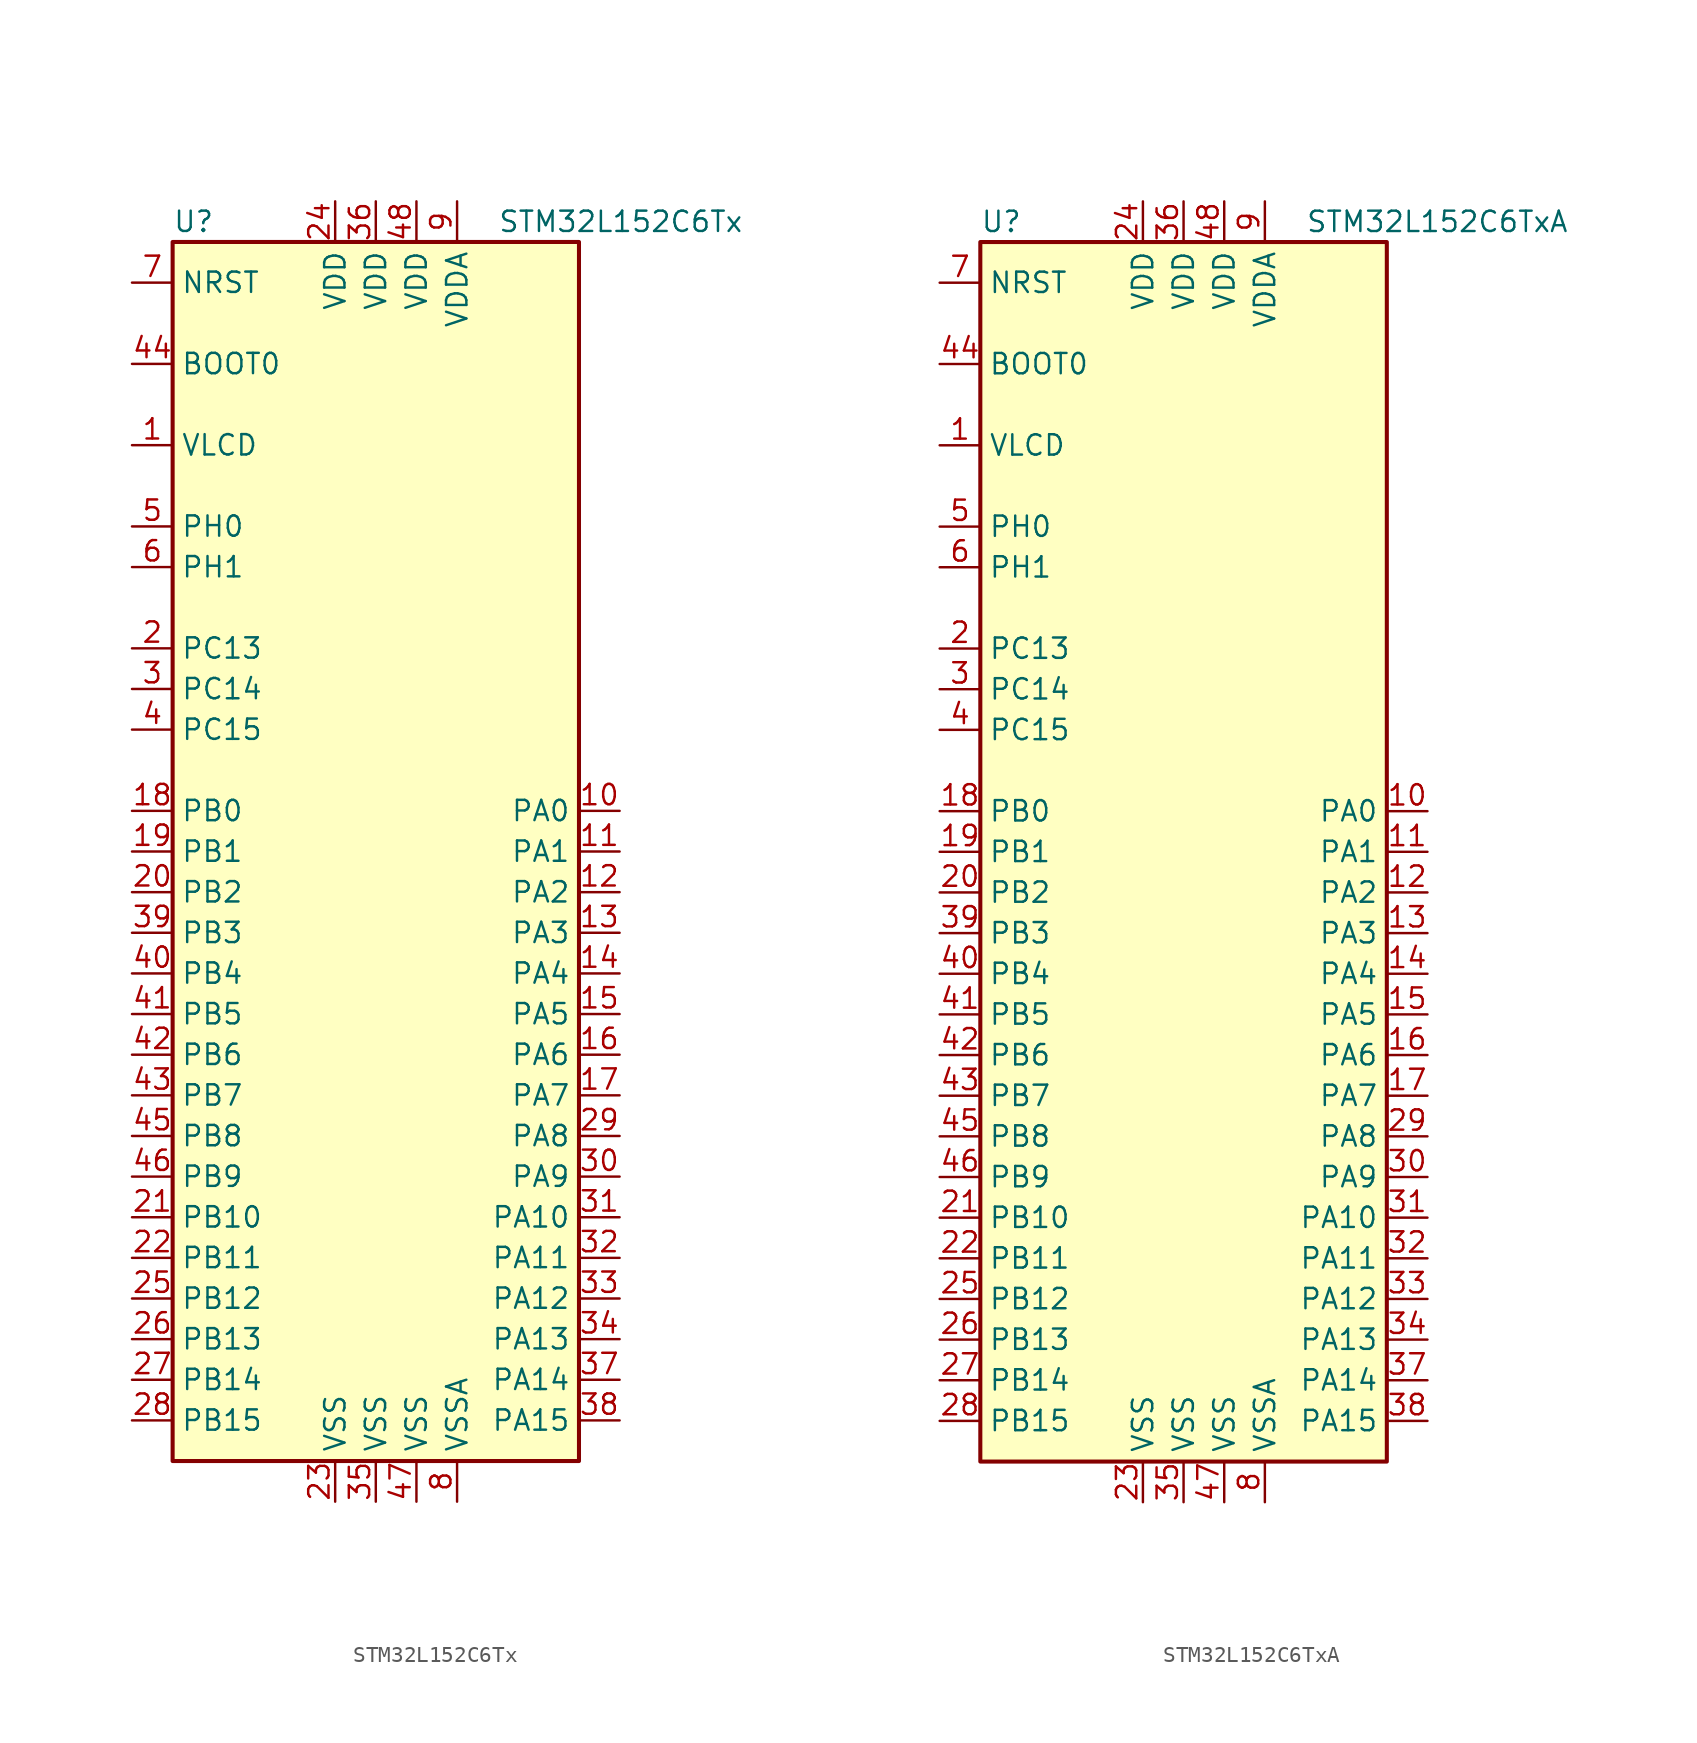
<source format=kicad_sym>
(kicad_symbol_lib
  (version 20201005)
  (generator kicad_symbol_editor)
  (symbol "MCU_ST_STM32L1:STM32L152C6Tx"
    (property "Reference" "U"
      (at -12.7 39.37 0)
      (effects (font (size 1.27 1.27)) (justify left)))
    (property "Value" "STM32L152C6Tx"
      (at 7.62 39.37 0)
      (effects (font (size 1.27 1.27)) (justify left)))
    (symbol "STM32L152C6Tx_0_1"
      (rectangle (start -12.7 -38.1) (end 12.7 38.1) (stroke (width 0.254)) (fill (type background))))
    (symbol "STM32L152C6Tx_1_1"
      (pin input line (at -15.24 30.48 0) (length 2.54) (name "BOOT0" (effects (font (size 1.27 1.27)))) (number "44" (effects (font (size 1.27 1.27)))))
      (pin input line (at -15.24 35.56 0) (length 2.54) (name "NRST" (effects (font (size 1.27 1.27)))) (number "7" (effects (font (size 1.27 1.27)))))
      (pin bidirectional line (at 15.24 2.54 180) (length 2.54) (name "PA0" (effects (font (size 1.27 1.27)))) (number "10" (effects (font (size 1.27 1.27)))))
      (pin bidirectional line (at 15.24 0 180) (length 2.54) (name "PA1" (effects (font (size 1.27 1.27)))) (number "11" (effects (font (size 1.27 1.27)))))
      (pin bidirectional line (at 15.24 -22.86 180) (length 2.54) (name "PA10" (effects (font (size 1.27 1.27)))) (number "31" (effects (font (size 1.27 1.27)))))
      (pin bidirectional line (at 15.24 -25.4 180) (length 2.54) (name "PA11" (effects (font (size 1.27 1.27)))) (number "32" (effects (font (size 1.27 1.27)))))
      (pin bidirectional line (at 15.24 -27.94 180) (length 2.54) (name "PA12" (effects (font (size 1.27 1.27)))) (number "33" (effects (font (size 1.27 1.27)))))
      (pin bidirectional line (at 15.24 -30.48 180) (length 2.54) (name "PA13" (effects (font (size 1.27 1.27)))) (number "34" (effects (font (size 1.27 1.27)))))
      (pin bidirectional line (at 15.24 -33.02 180) (length 2.54) (name "PA14" (effects (font (size 1.27 1.27)))) (number "37" (effects (font (size 1.27 1.27)))))
      (pin bidirectional line (at 15.24 -35.56 180) (length 2.54) (name "PA15" (effects (font (size 1.27 1.27)))) (number "38" (effects (font (size 1.27 1.27)))))
      (pin bidirectional line (at 15.24 -2.54 180) (length 2.54) (name "PA2" (effects (font (size 1.27 1.27)))) (number "12" (effects (font (size 1.27 1.27)))))
      (pin bidirectional line (at 15.24 -5.08 180) (length 2.54) (name "PA3" (effects (font (size 1.27 1.27)))) (number "13" (effects (font (size 1.27 1.27)))))
      (pin bidirectional line (at 15.24 -7.62 180) (length 2.54) (name "PA4" (effects (font (size 1.27 1.27)))) (number "14" (effects (font (size 1.27 1.27)))))
      (pin bidirectional line (at 15.24 -10.16 180) (length 2.54) (name "PA5" (effects (font (size 1.27 1.27)))) (number "15" (effects (font (size 1.27 1.27)))))
      (pin bidirectional line (at 15.24 -12.7 180) (length 2.54) (name "PA6" (effects (font (size 1.27 1.27)))) (number "16" (effects (font (size 1.27 1.27)))))
      (pin bidirectional line (at 15.24 -15.24 180) (length 2.54) (name "PA7" (effects (font (size 1.27 1.27)))) (number "17" (effects (font (size 1.27 1.27)))))
      (pin bidirectional line (at 15.24 -17.78 180) (length 2.54) (name "PA8" (effects (font (size 1.27 1.27)))) (number "29" (effects (font (size 1.27 1.27)))))
      (pin bidirectional line (at 15.24 -20.32 180) (length 2.54) (name "PA9" (effects (font (size 1.27 1.27)))) (number "30" (effects (font (size 1.27 1.27)))))
      (pin bidirectional line (at -15.24 2.54 0) (length 2.54) (name "PB0" (effects (font (size 1.27 1.27)))) (number "18" (effects (font (size 1.27 1.27)))))
      (pin bidirectional line (at -15.24 0 0) (length 2.54) (name "PB1" (effects (font (size 1.27 1.27)))) (number "19" (effects (font (size 1.27 1.27)))))
      (pin bidirectional line (at -15.24 -22.86 0) (length 2.54) (name "PB10" (effects (font (size 1.27 1.27)))) (number "21" (effects (font (size 1.27 1.27)))))
      (pin bidirectional line (at -15.24 -25.4 0) (length 2.54) (name "PB11" (effects (font (size 1.27 1.27)))) (number "22" (effects (font (size 1.27 1.27)))))
      (pin bidirectional line (at -15.24 -27.94 0) (length 2.54) (name "PB12" (effects (font (size 1.27 1.27)))) (number "25" (effects (font (size 1.27 1.27)))))
      (pin bidirectional line (at -15.24 -30.48 0) (length 2.54) (name "PB13" (effects (font (size 1.27 1.27)))) (number "26" (effects (font (size 1.27 1.27)))))
      (pin bidirectional line (at -15.24 -33.02 0) (length 2.54) (name "PB14" (effects (font (size 1.27 1.27)))) (number "27" (effects (font (size 1.27 1.27)))))
      (pin bidirectional line (at -15.24 -35.56 0) (length 2.54) (name "PB15" (effects (font (size 1.27 1.27)))) (number "28" (effects (font (size 1.27 1.27)))))
      (pin bidirectional line (at -15.24 -2.54 0) (length 2.54) (name "PB2" (effects (font (size 1.27 1.27)))) (number "20" (effects (font (size 1.27 1.27)))))
      (pin bidirectional line (at -15.24 -5.08 0) (length 2.54) (name "PB3" (effects (font (size 1.27 1.27)))) (number "39" (effects (font (size 1.27 1.27)))))
      (pin bidirectional line (at -15.24 -7.62 0) (length 2.54) (name "PB4" (effects (font (size 1.27 1.27)))) (number "40" (effects (font (size 1.27 1.27)))))
      (pin bidirectional line (at -15.24 -10.16 0) (length 2.54) (name "PB5" (effects (font (size 1.27 1.27)))) (number "41" (effects (font (size 1.27 1.27)))))
      (pin bidirectional line (at -15.24 -12.7 0) (length 2.54) (name "PB6" (effects (font (size 1.27 1.27)))) (number "42" (effects (font (size 1.27 1.27)))))
      (pin bidirectional line (at -15.24 -15.24 0) (length 2.54) (name "PB7" (effects (font (size 1.27 1.27)))) (number "43" (effects (font (size 1.27 1.27)))))
      (pin bidirectional line (at -15.24 -17.78 0) (length 2.54) (name "PB8" (effects (font (size 1.27 1.27)))) (number "45" (effects (font (size 1.27 1.27)))))
      (pin bidirectional line (at -15.24 -20.32 0) (length 2.54) (name "PB9" (effects (font (size 1.27 1.27)))) (number "46" (effects (font (size 1.27 1.27)))))
      (pin bidirectional line (at -15.24 12.7 0) (length 2.54) (name "PC13" (effects (font (size 1.27 1.27)))) (number "2" (effects (font (size 1.27 1.27)))))
      (pin bidirectional line (at -15.24 10.16 0) (length 2.54) (name "PC14" (effects (font (size 1.27 1.27)))) (number "3" (effects (font (size 1.27 1.27)))))
      (pin bidirectional line (at -15.24 7.62 0) (length 2.54) (name "PC15" (effects (font (size 1.27 1.27)))) (number "4" (effects (font (size 1.27 1.27)))))
      (pin input line (at -15.24 20.32 0) (length 2.54) (name "PH0" (effects (font (size 1.27 1.27)))) (number "5" (effects (font (size 1.27 1.27)))))
      (pin input line (at -15.24 17.78 0) (length 2.54) (name "PH1" (effects (font (size 1.27 1.27)))) (number "6" (effects (font (size 1.27 1.27)))))
      (pin power_in line (at -2.54 40.64 270) (length 2.54) (name "VDD" (effects (font (size 1.27 1.27)))) (number "24" (effects (font (size 1.27 1.27)))))
      (pin power_in line (at 0 40.64 270) (length 2.54) (name "VDD" (effects (font (size 1.27 1.27)))) (number "36" (effects (font (size 1.27 1.27)))))
      (pin power_in line (at 2.54 40.64 270) (length 2.54) (name "VDD" (effects (font (size 1.27 1.27)))) (number "48" (effects (font (size 1.27 1.27)))))
      (pin power_in line (at 5.08 40.64 270) (length 2.54) (name "VDDA" (effects (font (size 1.27 1.27)))) (number "9" (effects (font (size 1.27 1.27)))))
      (pin power_in line (at -15.24 25.4 0) (length 2.54) (name "VLCD" (effects (font (size 1.27 1.27)))) (number "1" (effects (font (size 1.27 1.27)))))
      (pin power_in line (at -2.54 -40.64 90) (length 2.54) (name "VSS" (effects (font (size 1.27 1.27)))) (number "23" (effects (font (size 1.27 1.27)))))
      (pin power_in line (at 0 -40.64 90) (length 2.54) (name "VSS" (effects (font (size 1.27 1.27)))) (number "35" (effects (font (size 1.27 1.27)))))
      (pin power_in line (at 2.54 -40.64 90) (length 2.54) (name "VSS" (effects (font (size 1.27 1.27)))) (number "47" (effects (font (size 1.27 1.27)))))
      (pin power_in line (at 5.08 -40.64 90) (length 2.54) (name "VSSA" (effects (font (size 1.27 1.27)))) (number "8" (effects (font (size 1.27 1.27)))))))
  (symbol "MCU_ST_STM32L1:STM32L152C6TxA"
    (property "Reference" "U"
      (at -12.7 39.37 0)
      (effects (font (size 1.27 1.27)) (justify left)))
    (property "Value" "STM32L152C6TxA"
      (at 7.62 39.37 0)
      (effects (font (size 1.27 1.27)) (justify left)))
    (symbol "STM32L152C6TxA_0_1"
      (rectangle (start -12.7 -38.1) (end 12.7 38.1) (stroke (width 0.254)) (fill (type background))))
    (symbol "STM32L152C6TxA_1_1"
      (pin input line (at -15.24 30.48 0) (length 2.54) (name "BOOT0" (effects (font (size 1.27 1.27)))) (number "44" (effects (font (size 1.27 1.27)))))
      (pin input line (at -15.24 35.56 0) (length 2.54) (name "NRST" (effects (font (size 1.27 1.27)))) (number "7" (effects (font (size 1.27 1.27)))))
      (pin bidirectional line (at 15.24 2.54 180) (length 2.54) (name "PA0" (effects (font (size 1.27 1.27)))) (number "10" (effects (font (size 1.27 1.27)))))
      (pin bidirectional line (at 15.24 0 180) (length 2.54) (name "PA1" (effects (font (size 1.27 1.27)))) (number "11" (effects (font (size 1.27 1.27)))))
      (pin bidirectional line (at 15.24 -22.86 180) (length 2.54) (name "PA10" (effects (font (size 1.27 1.27)))) (number "31" (effects (font (size 1.27 1.27)))))
      (pin bidirectional line (at 15.24 -25.4 180) (length 2.54) (name "PA11" (effects (font (size 1.27 1.27)))) (number "32" (effects (font (size 1.27 1.27)))))
      (pin bidirectional line (at 15.24 -27.94 180) (length 2.54) (name "PA12" (effects (font (size 1.27 1.27)))) (number "33" (effects (font (size 1.27 1.27)))))
      (pin bidirectional line (at 15.24 -30.48 180) (length 2.54) (name "PA13" (effects (font (size 1.27 1.27)))) (number "34" (effects (font (size 1.27 1.27)))))
      (pin bidirectional line (at 15.24 -33.02 180) (length 2.54) (name "PA14" (effects (font (size 1.27 1.27)))) (number "37" (effects (font (size 1.27 1.27)))))
      (pin bidirectional line (at 15.24 -35.56 180) (length 2.54) (name "PA15" (effects (font (size 1.27 1.27)))) (number "38" (effects (font (size 1.27 1.27)))))
      (pin bidirectional line (at 15.24 -2.54 180) (length 2.54) (name "PA2" (effects (font (size 1.27 1.27)))) (number "12" (effects (font (size 1.27 1.27)))))
      (pin bidirectional line (at 15.24 -5.08 180) (length 2.54) (name "PA3" (effects (font (size 1.27 1.27)))) (number "13" (effects (font (size 1.27 1.27)))))
      (pin bidirectional line (at 15.24 -7.62 180) (length 2.54) (name "PA4" (effects (font (size 1.27 1.27)))) (number "14" (effects (font (size 1.27 1.27)))))
      (pin bidirectional line (at 15.24 -10.16 180) (length 2.54) (name "PA5" (effects (font (size 1.27 1.27)))) (number "15" (effects (font (size 1.27 1.27)))))
      (pin bidirectional line (at 15.24 -12.7 180) (length 2.54) (name "PA6" (effects (font (size 1.27 1.27)))) (number "16" (effects (font (size 1.27 1.27)))))
      (pin bidirectional line (at 15.24 -15.24 180) (length 2.54) (name "PA7" (effects (font (size 1.27 1.27)))) (number "17" (effects (font (size 1.27 1.27)))))
      (pin bidirectional line (at 15.24 -17.78 180) (length 2.54) (name "PA8" (effects (font (size 1.27 1.27)))) (number "29" (effects (font (size 1.27 1.27)))))
      (pin bidirectional line (at 15.24 -20.32 180) (length 2.54) (name "PA9" (effects (font (size 1.27 1.27)))) (number "30" (effects (font (size 1.27 1.27)))))
      (pin bidirectional line (at -15.24 2.54 0) (length 2.54) (name "PB0" (effects (font (size 1.27 1.27)))) (number "18" (effects (font (size 1.27 1.27)))))
      (pin bidirectional line (at -15.24 0 0) (length 2.54) (name "PB1" (effects (font (size 1.27 1.27)))) (number "19" (effects (font (size 1.27 1.27)))))
      (pin bidirectional line (at -15.24 -22.86 0) (length 2.54) (name "PB10" (effects (font (size 1.27 1.27)))) (number "21" (effects (font (size 1.27 1.27)))))
      (pin bidirectional line (at -15.24 -25.4 0) (length 2.54) (name "PB11" (effects (font (size 1.27 1.27)))) (number "22" (effects (font (size 1.27 1.27)))))
      (pin bidirectional line (at -15.24 -27.94 0) (length 2.54) (name "PB12" (effects (font (size 1.27 1.27)))) (number "25" (effects (font (size 1.27 1.27)))))
      (pin bidirectional line (at -15.24 -30.48 0) (length 2.54) (name "PB13" (effects (font (size 1.27 1.27)))) (number "26" (effects (font (size 1.27 1.27)))))
      (pin bidirectional line (at -15.24 -33.02 0) (length 2.54) (name "PB14" (effects (font (size 1.27 1.27)))) (number "27" (effects (font (size 1.27 1.27)))))
      (pin bidirectional line (at -15.24 -35.56 0) (length 2.54) (name "PB15" (effects (font (size 1.27 1.27)))) (number "28" (effects (font (size 1.27 1.27)))))
      (pin bidirectional line (at -15.24 -2.54 0) (length 2.54) (name "PB2" (effects (font (size 1.27 1.27)))) (number "20" (effects (font (size 1.27 1.27)))))
      (pin bidirectional line (at -15.24 -5.08 0) (length 2.54) (name "PB3" (effects (font (size 1.27 1.27)))) (number "39" (effects (font (size 1.27 1.27)))))
      (pin bidirectional line (at -15.24 -7.62 0) (length 2.54) (name "PB4" (effects (font (size 1.27 1.27)))) (number "40" (effects (font (size 1.27 1.27)))))
      (pin bidirectional line (at -15.24 -10.16 0) (length 2.54) (name "PB5" (effects (font (size 1.27 1.27)))) (number "41" (effects (font (size 1.27 1.27)))))
      (pin bidirectional line (at -15.24 -12.7 0) (length 2.54) (name "PB6" (effects (font (size 1.27 1.27)))) (number "42" (effects (font (size 1.27 1.27)))))
      (pin bidirectional line (at -15.24 -15.24 0) (length 2.54) (name "PB7" (effects (font (size 1.27 1.27)))) (number "43" (effects (font (size 1.27 1.27)))))
      (pin bidirectional line (at -15.24 -17.78 0) (length 2.54) (name "PB8" (effects (font (size 1.27 1.27)))) (number "45" (effects (font (size 1.27 1.27)))))
      (pin bidirectional line (at -15.24 -20.32 0) (length 2.54) (name "PB9" (effects (font (size 1.27 1.27)))) (number "46" (effects (font (size 1.27 1.27)))))
      (pin bidirectional line (at -15.24 12.7 0) (length 2.54) (name "PC13" (effects (font (size 1.27 1.27)))) (number "2" (effects (font (size 1.27 1.27)))))
      (pin bidirectional line (at -15.24 10.16 0) (length 2.54) (name "PC14" (effects (font (size 1.27 1.27)))) (number "3" (effects (font (size 1.27 1.27)))))
      (pin bidirectional line (at -15.24 7.62 0) (length 2.54) (name "PC15" (effects (font (size 1.27 1.27)))) (number "4" (effects (font (size 1.27 1.27)))))
      (pin input line (at -15.24 20.32 0) (length 2.54) (name "PH0" (effects (font (size 1.27 1.27)))) (number "5" (effects (font (size 1.27 1.27)))))
      (pin input line (at -15.24 17.78 0) (length 2.54) (name "PH1" (effects (font (size 1.27 1.27)))) (number "6" (effects (font (size 1.27 1.27)))))
      (pin power_in line (at -2.54 40.64 270) (length 2.54) (name "VDD" (effects (font (size 1.27 1.27)))) (number "24" (effects (font (size 1.27 1.27)))))
      (pin power_in line (at 0 40.64 270) (length 2.54) (name "VDD" (effects (font (size 1.27 1.27)))) (number "36" (effects (font (size 1.27 1.27)))))
      (pin power_in line (at 2.54 40.64 270) (length 2.54) (name "VDD" (effects (font (size 1.27 1.27)))) (number "48" (effects (font (size 1.27 1.27)))))
      (pin power_in line (at 5.08 40.64 270) (length 2.54) (name "VDDA" (effects (font (size 1.27 1.27)))) (number "9" (effects (font (size 1.27 1.27)))))
      (pin power_in line (at -15.24 25.4 0) (length 2.54) (name "VLCD" (effects (font (size 1.27 1.27)))) (number "1" (effects (font (size 1.27 1.27)))))
      (pin power_in line (at -2.54 -40.64 90) (length 2.54) (name "VSS" (effects (font (size 1.27 1.27)))) (number "23" (effects (font (size 1.27 1.27)))))
      (pin power_in line (at 0 -40.64 90) (length 2.54) (name "VSS" (effects (font (size 1.27 1.27)))) (number "35" (effects (font (size 1.27 1.27)))))
      (pin power_in line (at 2.54 -40.64 90) (length 2.54) (name "VSS" (effects (font (size 1.27 1.27)))) (number "47" (effects (font (size 1.27 1.27)))))
      (pin power_in line (at 5.08 -40.64 90) (length 2.54) (name "VSSA" (effects (font (size 1.27 1.27)))) (number "8" (effects (font (size 1.27 1.27))))))))
</source>
